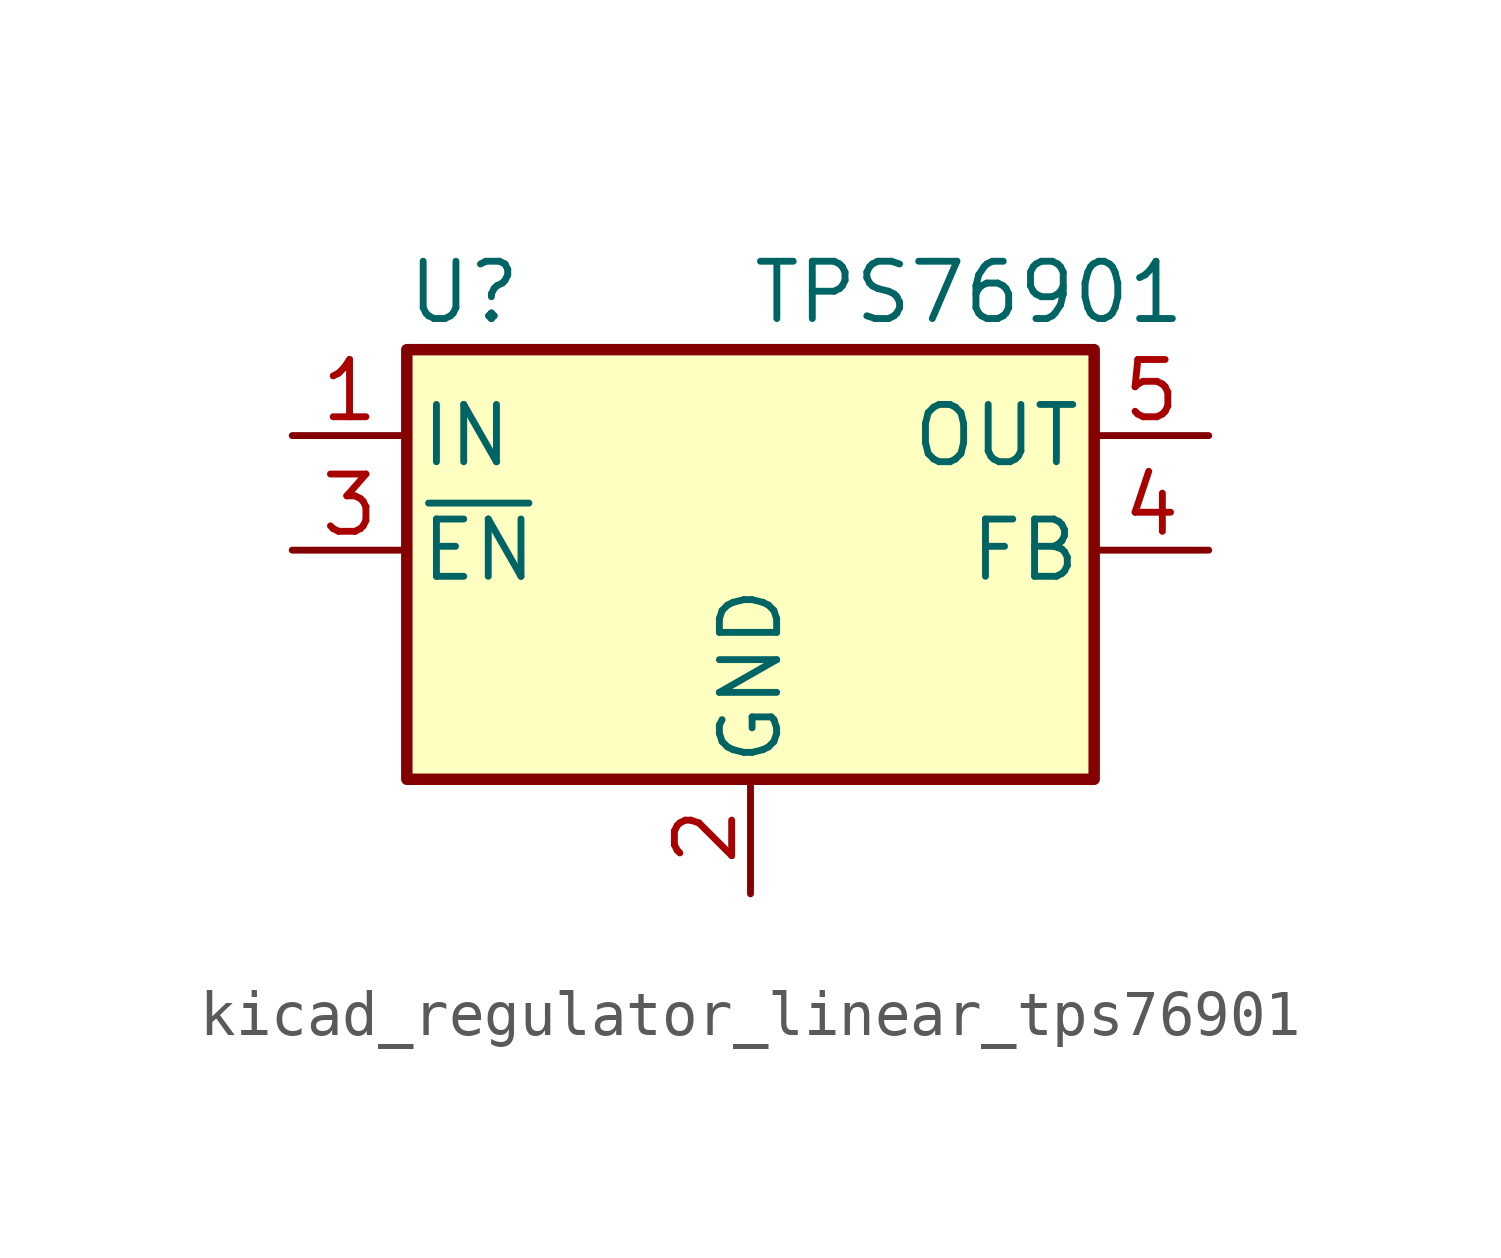
<source format=kicad_sym>
(kicad_symbol_lib
  (version 20220914)
  (generator kicad_symbol_editor)
  (symbol "kicad_regulator_linear_tps76901"
    (pin_names
      (offset 0.254))
    (property "Reference" "U"
      (at -6.35 5.715 0)
      (effects (font (size 1.27 1.27))))
    (property "Value" "TPS76901"
      (at 0 5.715 0)
      (effects (font (size 1.27 1.27)) (justify left)))
    (symbol "kicad_regulator_linear_tps76901_0_1"
      (rectangle (start -7.62 4.445) (end 7.62 -5.08) (stroke (width 0.254) (type default)) (fill (type background))))
    (symbol "kicad_regulator_linear_tps76901_1_1"
      (pin power_in line (at -10.16 2.54 0) (length 2.54) (name "IN" (effects (font (size 1.27 1.27)))) (number "1" (effects (font (size 1.27 1.27)))))
      (pin power_in line (at 0 -7.62 90) (length 2.54) (name "GND" (effects (font (size 1.27 1.27)))) (number "2" (effects (font (size 1.27 1.27)))))
      (pin input line (at -10.16 0 0) (length 2.54) (name "~{EN}" (effects (font (size 1.27 1.27)))) (number "3" (effects (font (size 1.27 1.27)))))
      (pin input line (at 10.16 0 180) (length 2.54) (name "FB" (effects (font (size 1.27 1.27)))) (number "4" (effects (font (size 1.27 1.27)))))
      (pin power_out line (at 10.16 2.54 180) (length 2.54) (name "OUT" (effects (font (size 1.27 1.27)))) (number "5" (effects (font (size 1.27 1.27))))))))
</source>
